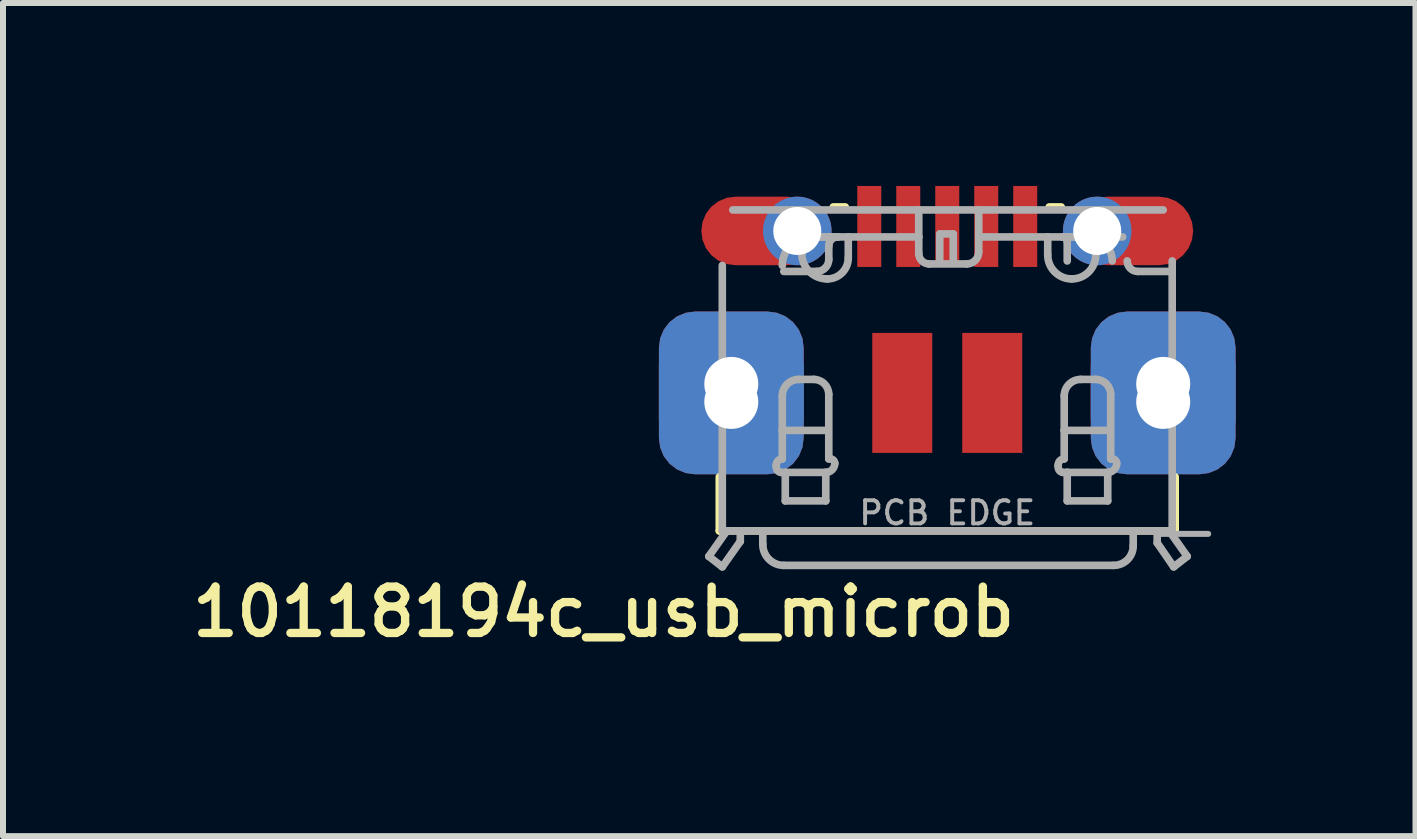
<source format=kicad_pcb>
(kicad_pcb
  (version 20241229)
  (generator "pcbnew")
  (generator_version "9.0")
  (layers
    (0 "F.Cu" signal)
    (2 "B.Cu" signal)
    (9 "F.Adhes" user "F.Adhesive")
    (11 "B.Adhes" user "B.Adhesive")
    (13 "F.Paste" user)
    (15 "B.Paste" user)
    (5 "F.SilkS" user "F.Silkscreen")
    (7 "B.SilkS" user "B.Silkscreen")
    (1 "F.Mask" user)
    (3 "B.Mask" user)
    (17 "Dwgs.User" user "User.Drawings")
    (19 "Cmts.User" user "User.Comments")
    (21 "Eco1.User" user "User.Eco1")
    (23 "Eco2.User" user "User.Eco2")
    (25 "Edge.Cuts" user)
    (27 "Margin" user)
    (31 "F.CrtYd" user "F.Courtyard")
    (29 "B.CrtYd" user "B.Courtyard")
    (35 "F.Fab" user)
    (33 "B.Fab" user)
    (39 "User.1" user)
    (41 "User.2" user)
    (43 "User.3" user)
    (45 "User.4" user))
  (footprint "10118194c_usb_microb"
    (layer "F.Cu")
    (at 12.741 1.5)
    (property "Reference" "10118194c_usb_microb" (at 1.2 5.2 180) (layer "F.SilkS") (effects (font (size 0.772 0.772) (thickness 0.139)) (justify right top)))
    (attr through_hole)
    (fp_poly (pts (xy -1.55 -0.05) (xy -1.05 -0.05) (xy -1.05 -1.5) (xy -1.55 -1.5)) (stroke (width 0) (type solid)) (fill yes) (layer "F.Mask"))
    (fp_poly (pts (xy -0.9 -0.05) (xy -0.4 -0.05) (xy -0.4 -1.5) (xy -0.9 -1.5)) (stroke (width 0) (type solid)) (fill yes) (layer "F.Mask"))
    (fp_poly (pts (xy -0.25 -0.05) (xy 0.25 -0.05) (xy 0.25 -1.5) (xy -0.25 -1.5)) (stroke (width 0) (type solid)) (fill yes) (layer "F.Mask"))
    (fp_poly (pts (xy 0.4 -0.05) (xy 0.9 -0.05) (xy 0.9 -1.5) (xy 0.4 -1.5)) (stroke (width 0) (type solid)) (fill yes) (layer "F.Mask"))
    (fp_poly (pts (xy 1.05 -0.05) (xy 1.55 -0.05) (xy 1.55 -1.5) (xy 1.05 -1.5)) (stroke (width 0) (type solid)) (fill yes) (layer "F.Mask"))
    (fp_line (start -3.8 3.4) (end -3.8 4.3) (stroke (width 0.127) (type solid)) (layer "F.SilkS"))
    (fp_line (start -3.8 4.3) (end 3.8 4.3) (stroke (width 0.127) (type solid)) (layer "F.SilkS"))
    (fp_line (start -1.9 -1.1) (end -1.7 -1.1) (stroke (width 0.127) (type solid)) (layer "F.SilkS"))
    (fp_line (start 1.7 -1.1) (end 1.9 -1.1) (stroke (width 0.127) (type solid)) (layer "F.SilkS"))
    (fp_line (start 3.8 4.3) (end 3.8 3.4) (stroke (width 0.127) (type solid)) (layer "F.SilkS"))
    (fp_poly (pts (xy -1.45 -0.15) (xy -1.15 -0.15) (xy -1.15 -1.4) (xy -1.45 -1.4)) (stroke (width 0) (type solid)) (fill yes) (layer "F.Paste"))
    (fp_poly (pts (xy -0.8 -0.15) (xy -0.5 -0.15) (xy -0.5 -1.4) (xy -0.8 -1.4)) (stroke (width 0) (type solid)) (fill yes) (layer "F.Paste"))
    (fp_poly (pts (xy -0.15 -0.15) (xy 0.15 -0.15) (xy 0.15 -1.4) (xy -0.15 -1.4)) (stroke (width 0) (type solid)) (fill yes) (layer "F.Paste"))
    (fp_poly (pts (xy 0.5 -0.15) (xy 0.8 -0.15) (xy 0.8 -1.4) (xy 0.5 -1.4)) (stroke (width 0) (type solid)) (fill yes) (layer "F.Paste"))
    (fp_poly (pts (xy 1.15 -0.15) (xy 1.45 -0.15) (xy 1.45 -1.4) (xy 1.15 -1.4)) (stroke (width 0) (type solid)) (fill yes) (layer "F.Paste"))
    (fp_line (start -3.975 4.725) (end -3.75 4.9) (stroke (width 0.127) (type solid)) (layer "F.Fab"))
    (fp_line (start -3.975 4.725) (end -3.675 4.3) (stroke (width 0.127) (type solid)) (layer "F.Fab"))
    (fp_line (start -3.75 -0.125) (end -3.75 4.3) (stroke (width 0.127) (type solid)) (layer "F.Fab"))
    (fp_line (start -3.75 4.3) (end -3.675 4.3) (stroke (width 0.127) (type solid)) (layer "F.Fab"))
    (fp_line (start -3.75 4.9) (end -3.45 4.475) (stroke (width 0.127) (type solid)) (layer "F.Fab"))
    (fp_line (start -3.675 4.3) (end -3.45 4.3) (stroke (width 0.127) (type solid)) (layer "F.Fab"))
    (fp_line (start -3.575 -1.05) (end -0.475 -1.05) (stroke (width 0.127) (type solid)) (layer "F.Fab"))
    (fp_line (start -3.45 4.3) (end -3.075 4.3) (stroke (width 0.127) (type solid)) (layer "F.Fab"))
    (fp_line (start -3.45 4.475) (end -3.45 4.3) (stroke (width 0.127) (type solid)) (layer "F.Fab"))
    (fp_line (start -3.075 4.3) (end -3.075 4.525) (stroke (width 0.127) (type solid)) (layer "F.Fab"))
    (fp_line (start -3.075 4.3) (end 3.1 4.3) (stroke (width 0.127) (type solid)) (layer "F.Fab"))
    (fp_line (start -2.85 3.225) (end -2.85 3.2) (stroke (width 0.127) (type solid)) (layer "F.Fab"))
    (fp_line (start -2.825 -0.6) (end -2.5 -0.6) (stroke (width 0.127) (type solid)) (layer "F.Fab"))
    (fp_line (start -2.75 2.625) (end -2.75 2.05) (stroke (width 0.127) (type solid)) (layer "F.Fab"))
    (fp_line (start -2.75 2.625) (end -2 2.625) (stroke (width 0.127) (type solid)) (layer "F.Fab"))
    (fp_line (start -2.75 3.1) (end -2.75 2.625) (stroke (width 0.127) (type solid)) (layer "F.Fab"))
    (fp_line (start -2.725 -0.025) (end -2.175 -0.025) (stroke (width 0.127) (type solid)) (layer "F.Fab"))
    (fp_line (start -2.725 4.875) (end 2.775 4.875) (stroke (width 0.127) (type solid)) (layer "F.Fab"))
    (fp_line (start -2.7 3.325) (end -2.775 3.325) (stroke (width 0.127) (type solid)) (layer "F.Fab"))
    (fp_line (start -2.7 3.325) (end -2 3.325) (stroke (width 0.127) (type solid)) (layer "F.Fab"))
    (fp_line (start -2.7 3.8) (end -2.7 3.325) (stroke (width 0.127) (type solid)) (layer "F.Fab"))
    (fp_line (start -2.575 -0.75) (end -2.575 -1.05) (stroke (width 0.127) (type solid)) (layer "F.Fab"))
    (fp_line (start -2.475 1.775) (end -2.225 1.775) (stroke (width 0.127) (type solid)) (layer "F.Fab"))
    (fp_line (start -2.425 -0.75) (end -2.575 -0.75) (stroke (width 0.127) (type solid)) (layer "F.Fab"))
    (fp_line (start -2.425 -0.625) (end -2.425 -0.75) (stroke (width 0.127) (type solid)) (layer "F.Fab"))
    (fp_line (start -2.425 -0.525) (end -2.425 -0.325) (stroke (width 0.127) (type solid)) (layer "F.Fab"))
    (fp_line (start -2.025 3.325) (end -2.025 3.8) (stroke (width 0.127) (type solid)) (layer "F.Fab"))
    (fp_line (start -2.025 3.8) (end -2.7 3.8) (stroke (width 0.127) (type solid)) (layer "F.Fab"))
    (fp_line (start -1.975 -0.225) (end -1.975 -0.45) (stroke (width 0.127) (type solid)) (layer "F.Fab"))
    (fp_line (start -1.975 2.025) (end -1.975 3.1) (stroke (width 0.127) (type solid)) (layer "F.Fab"))
    (fp_line (start -1.975 3.1) (end -1.95 3.1) (stroke (width 0.127) (type solid)) (layer "F.Fab"))
    (fp_line (start -1.825 -0.6) (end -2.275 -0.6) (stroke (width 0.127) (type solid)) (layer "F.Fab"))
    (fp_line (start -1.65 -0.6) (end -2.5 -0.6) (stroke (width 0.127) (type solid)) (layer "F.Fab"))
    (fp_line (start -1.65 -0.25) (end -1.65 -0.6) (stroke (width 0.127) (type solid)) (layer "F.Fab"))
    (fp_line (start -0.475 -1.05) (end 0.525 -1.05) (stroke (width 0.127) (type solid)) (layer "F.Fab"))
    (fp_line (start -0.475 -0.6) (end -1.65 -0.6) (stroke (width 0.127) (type solid)) (layer "F.Fab"))
    (fp_line (start -0.475 -0.6) (end -0.475 -1.05) (stroke (width 0.127) (type solid)) (layer "F.Fab"))
    (fp_line (start -0.475 -0.325) (end -0.475 -0.6) (stroke (width 0.127) (type solid)) (layer "F.Fab"))
    (fp_line (start -0.125 -0.65) (end 0.1 -0.65) (stroke (width 0.127) (type solid)) (layer "F.Fab"))
    (fp_line (start -0.125 -0.175) (end -0.125 -0.65) (stroke (width 0.127) (type solid)) (layer "F.Fab"))
    (fp_line (start 0.1 -0.65) (end 0.1 -0.175) (stroke (width 0.127) (type solid)) (layer "F.Fab"))
    (fp_line (start 0.325 -0.15) (end -0.3 -0.15) (stroke (width 0.127) (type solid)) (layer "F.Fab"))
    (fp_line (start 0.525 -1.05) (end 0.525 -0.6) (stroke (width 0.127) (type solid)) (layer "F.Fab"))
    (fp_line (start 0.525 -1.05) (end 3.6 -1.05) (stroke (width 0.127) (type solid)) (layer "F.Fab"))
    (fp_line (start 0.525 -0.6) (end 0.525 -0.35) (stroke (width 0.127) (type solid)) (layer "F.Fab"))
    (fp_line (start 1.675 -0.6) (end 0.525 -0.6) (stroke (width 0.127) (type solid)) (layer "F.Fab"))
    (fp_line (start 1.675 -0.6) (end 1.675 -0.3) (stroke (width 0.127) (type solid)) (layer "F.Fab"))
    (fp_line (start 1.85 3.225) (end 1.85 3.2) (stroke (width 0.127) (type solid)) (layer "F.Fab"))
    (fp_line (start 1.95 2.625) (end 1.95 2.05) (stroke (width 0.127) (type solid)) (layer "F.Fab"))
    (fp_line (start 1.95 2.625) (end 2.7 2.625) (stroke (width 0.127) (type solid)) (layer "F.Fab"))
    (fp_line (start 1.95 3.1) (end 1.95 2.625) (stroke (width 0.127) (type solid)) (layer "F.Fab"))
    (fp_line (start 2 -0.525) (end 2 -0.2) (stroke (width 0.127) (type solid)) (layer "F.Fab"))
    (fp_line (start 2 3.325) (end 1.925 3.325) (stroke (width 0.127) (type solid)) (layer "F.Fab"))
    (fp_line (start 2 3.325) (end 2.7 3.325) (stroke (width 0.127) (type solid)) (layer "F.Fab"))
    (fp_line (start 2 3.8) (end 2 3.325) (stroke (width 0.127) (type solid)) (layer "F.Fab"))
    (fp_line (start 2.225 1.775) (end 2.475 1.775) (stroke (width 0.127) (type solid)) (layer "F.Fab"))
    (fp_line (start 2.35 -0.775) (end 2.35 -0.6) (stroke (width 0.127) (type solid)) (layer "F.Fab"))
    (fp_line (start 2.35 -0.6) (end 1.925 -0.6) (stroke (width 0.127) (type solid)) (layer "F.Fab"))
    (fp_line (start 2.475 -0.6) (end 1.675 -0.6) (stroke (width 0.127) (type solid)) (layer "F.Fab"))
    (fp_line (start 2.475 -0.6) (end 2.925 -0.6) (stroke (width 0.127) (type solid)) (layer "F.Fab"))
    (fp_line (start 2.475 -0.3) (end 2.475 -0.6) (stroke (width 0.127) (type solid)) (layer "F.Fab"))
    (fp_line (start 2.6 -1.05) (end 2.6 -0.775) (stroke (width 0.127) (type solid)) (layer "F.Fab"))
    (fp_line (start 2.6 -0.775) (end 2.35 -0.775) (stroke (width 0.127) (type solid)) (layer "F.Fab"))
    (fp_line (start 2.675 3.325) (end 2.675 3.8) (stroke (width 0.127) (type solid)) (layer "F.Fab"))
    (fp_line (start 2.675 3.8) (end 2 3.8) (stroke (width 0.127) (type solid)) (layer "F.Fab"))
    (fp_line (start 2.725 2.025) (end 2.725 3.1) (stroke (width 0.127) (type solid)) (layer "F.Fab"))
    (fp_line (start 2.725 3.1) (end 2.75 3.1) (stroke (width 0.127) (type solid)) (layer "F.Fab"))
    (fp_line (start 3.1 4.3) (end 3.7 4.3) (stroke (width 0.127) (type solid)) (layer "F.Fab"))
    (fp_line (start 3.1 4.55) (end 3.1 4.3) (stroke (width 0.127) (type solid)) (layer "F.Fab"))
    (fp_line (start 3.175 -0.025) (end 3.725 -0.025) (stroke (width 0.127) (type solid)) (layer "F.Fab"))
    (fp_line (start 3.5 4.35) (end 4.35 4.35) (stroke (width 0.1) (type solid)) (layer "F.Fab"))
    (fp_line (start 3.5 4.5) (end 3.5 4.35) (stroke (width 0.127) (type solid)) (layer "F.Fab"))
    (fp_line (start 3.7 4.3) (end 3.75 4.3) (stroke (width 0.127) (type solid)) (layer "F.Fab"))
    (fp_line (start 3.7 4.3) (end 4 4.725) (stroke (width 0.127) (type solid)) (layer "F.Fab"))
    (fp_line (start 3.75 4.3) (end 3.75 -0.2) (stroke (width 0.127) (type solid)) (layer "F.Fab"))
    (fp_line (start 3.775 4.9) (end 3.5 4.5) (stroke (width 0.127) (type solid)) (layer "F.Fab"))
    (fp_line (start 4 4.725) (end 3.775 4.9) (stroke (width 0.127) (type solid)) (layer "F.Fab"))
    (fp_arc (start -2.85 3.2) (mid -2.820711 3.129289) (end -2.75 3.1) (stroke (width 0.127) (type solid)) (layer "F.Fab"))
    (fp_arc (start -2.775 3.325) (mid -2.833211 3.290533) (end -2.85 3.225) (stroke (width 0.127) (type solid)) (layer "F.Fab"))
    (fp_arc (start -2.750001 -0.124999) (mid -2.610876 -0.460875) (end -2.275 -0.6) (stroke (width 0.127) (type solid)) (layer "F.Fab"))
    (fp_arc (start -2.75 2.05) (mid -2.669454 1.855546) (end -2.475 1.775) (stroke (width 0.127) (type solid)) (layer "F.Fab"))
    (fp_arc (start -2.725 4.875) (mid -2.972487 4.772487) (end -3.075 4.525) (stroke (width 0.127) (type solid)) (layer "F.Fab"))
    (fp_arc (start -2.5 -0.6) (mid -2.446967 -0.578033) (end -2.425 -0.525) (stroke (width 0.127) (type solid)) (layer "F.Fab"))
    (fp_arc (start -2.225 1.775) (mid -2.048223 1.848223) (end -1.975 2.025) (stroke (width 0.127) (type solid)) (layer "F.Fab"))
    (fp_arc (start -2 0.1) (mid -2.30052 -0.02448) (end -2.425 -0.325) (stroke (width 0.127) (type solid)) (layer "F.Fab"))
    (fp_arc (start -1.975 -0.45) (mid -1.931066 -0.556066) (end -1.825 -0.6) (stroke (width 0.127) (type solid)) (layer "F.Fab"))
    (fp_arc (start -1.975 -0.225) (mid -2.033579 -0.083579) (end -2.175 -0.025) (stroke (width 0.127) (type solid)) (layer "F.Fab"))
    (fp_arc (start -1.95 3.1) (mid -1.896967 3.121967) (end -1.875 3.175) (stroke (width 0.127) (type solid)) (layer "F.Fab"))
    (fp_arc (start -1.875 3.175) (mid -1.918934 3.281066) (end -2.025 3.325) (stroke (width 0.127) (type solid)) (layer "F.Fab"))
    (fp_arc (start -1.65 -0.25) (mid -1.752513 -0.002513) (end -2 0.1) (stroke (width 0.127) (type solid)) (layer "F.Fab"))
    (fp_arc (start -0.3 -0.15) (mid -0.423744 -0.201256) (end -0.475 -0.325) (stroke (width 0.127) (type solid)) (layer "F.Fab"))
    (fp_arc (start 0.525 -0.35) (mid 0.466421 -0.208579) (end 0.325 -0.15) (stroke (width 0.127) (type solid)) (layer "F.Fab"))
    (fp_arc (start 1.85 3.2) (mid 1.879289 3.129289) (end 1.95 3.1) (stroke (width 0.127) (type solid)) (layer "F.Fab"))
    (fp_arc (start 1.925 -0.6) (mid 1.978033 -0.578033) (end 2 -0.525) (stroke (width 0.127) (type solid)) (layer "F.Fab"))
    (fp_arc (start 1.925 3.325) (mid 1.866789 3.290533) (end 1.85 3.225) (stroke (width 0.127) (type solid)) (layer "F.Fab"))
    (fp_arc (start 1.95 2.05) (mid 2.030546 1.855546) (end 2.225 1.775) (stroke (width 0.127) (type solid)) (layer "F.Fab"))
    (fp_arc (start 2.075 0.1) (mid 1.792157 -0.017157) (end 1.675 -0.3) (stroke (width 0.127) (type solid)) (layer "F.Fab"))
    (fp_arc (start 2.349999 -0.599999) (mid 2.632842 -0.482842) (end 2.75 -0.2) (stroke (width 0.127) (type solid)) (layer "F.Fab"))
    (fp_arc (start 2.475 -0.3) (mid 2.357843 -0.017157) (end 2.075 0.1) (stroke (width 0.127) (type solid)) (layer "F.Fab"))
    (fp_arc (start 2.475 1.775) (mid 2.651777 1.848223) (end 2.725 2.025) (stroke (width 0.127) (type solid)) (layer "F.Fab"))
    (fp_arc (start 2.75 3.1) (mid 2.803033 3.121967) (end 2.825 3.175) (stroke (width 0.127) (type solid)) (layer "F.Fab"))
    (fp_arc (start 2.825 3.175) (mid 2.781066 3.281066) (end 2.675 3.325) (stroke (width 0.127) (type solid)) (layer "F.Fab"))
    (fp_arc (start 3.1 4.55) (mid 3.00481 4.77981) (end 2.775 4.875) (stroke (width 0.127) (type solid)) (layer "F.Fab"))
    (fp_arc (start 3.175 -0.025) (mid 3.051256 -0.076256) (end 3 -0.2) (stroke (width 0.127) (type solid)) (layer "F.Fab"))
    (fp_text user "PCB EDGE" (at 0 4 0) (layer "F.Fab") (effects (font (size 0.386 0.386) (thickness 0.065))))
    (pad "BASE@1" smd rect (at -0.75 2 90) (size 2 1) (layers "F.Cu" "F.Mask" "F.Paste"))
    (pad "BASE@2" smd rect (at 0.75 2 90) (size 2 1) (layers "F.Cu" "F.Mask" "F.Paste"))
    (pad "D+" smd rect (at 0 -0.775) (size 0.4 1.35) (layers "F.Cu" "F.Mask"))
    (pad "D-" smd rect (at -0.65 -0.775) (size 0.4 1.35) (layers "F.Cu" "F.Mask"))
    (pad "GND" smd rect (at 1.3 -0.775) (size 0.4 1.35) (layers "F.Cu" "F.Mask"))
    (pad "ID" smd rect (at 0.65 -0.775) (size 0.4 1.35) (layers "F.Cu" "F.Mask"))
    (pad "SPRT@1" smd roundrect (at -3.1 -0.7) (size 2 1.143) (layers "F.Cu" "F.Mask" "F.Paste") (roundrect_rratio 0.5))
    (pad "SPRT@1" thru_hole circle (at -2.5 -0.7 180) (size 1.143 1.143) (drill 0.8) (layers "*.Cu" "*.Mask"))
    (pad "SPRT@2" smd roundrect (at -3.6 2) (size 2 2) (layers "F.Cu" "F.Mask" "F.Paste") (roundrect_rratio 0.25))
    (pad "SPRT@2" thru_hole circle (at 2.5 -0.7) (size 1.143 1.143) (drill 0.8) (layers "*.Cu" "*.Mask"))
    (pad "SPRT@2" smd roundrect (at 3.1 -0.7) (size 2 1.143) (layers "F.Cu" "F.Mask" "F.Paste") (roundrect_rratio 0.5))
    (pad "SPRT@2" smd roundrect (at 3.6 2) (size 2 2) (layers "F.Cu" "F.Mask" "F.Paste") (roundrect_rratio 0.25))
    (pad "SPRT@3" thru_hole roundrect (at -3.6 1.85 90) (size 2.413 2.413) (drill 0.9) (layers "*.Cu" "*.Mask") (roundrect_rratio 0.25))
    (pad "SPRT@3" thru_hole roundrect (at -3.6 2.15 90) (size 2.413 2.413) (drill 0.9) (layers "*.Cu" "*.Mask") (roundrect_rratio 0.25))
    (pad "SPRT@4" thru_hole roundrect (at 3.6 1.85 90) (size 2.413 2.413) (drill 0.9) (layers "*.Cu" "*.Mask") (roundrect_rratio 0.25))
    (pad "SPRT@4" thru_hole roundrect (at 3.6 2.15 90) (size 2.413 2.413) (drill 0.9) (layers "*.Cu" "*.Mask") (roundrect_rratio 0.25))
    (pad "VBUS" smd rect (at -1.3 -0.775) (size 0.4 1.35) (layers "F.Cu" "F.Mask")))
  (gr_rect
    (start -3 -3)
    (end 20.547 10.889)
    (stroke (width 0.1) (type default))
    (fill no)
    (layer "Edge.Cuts")))
</source>
